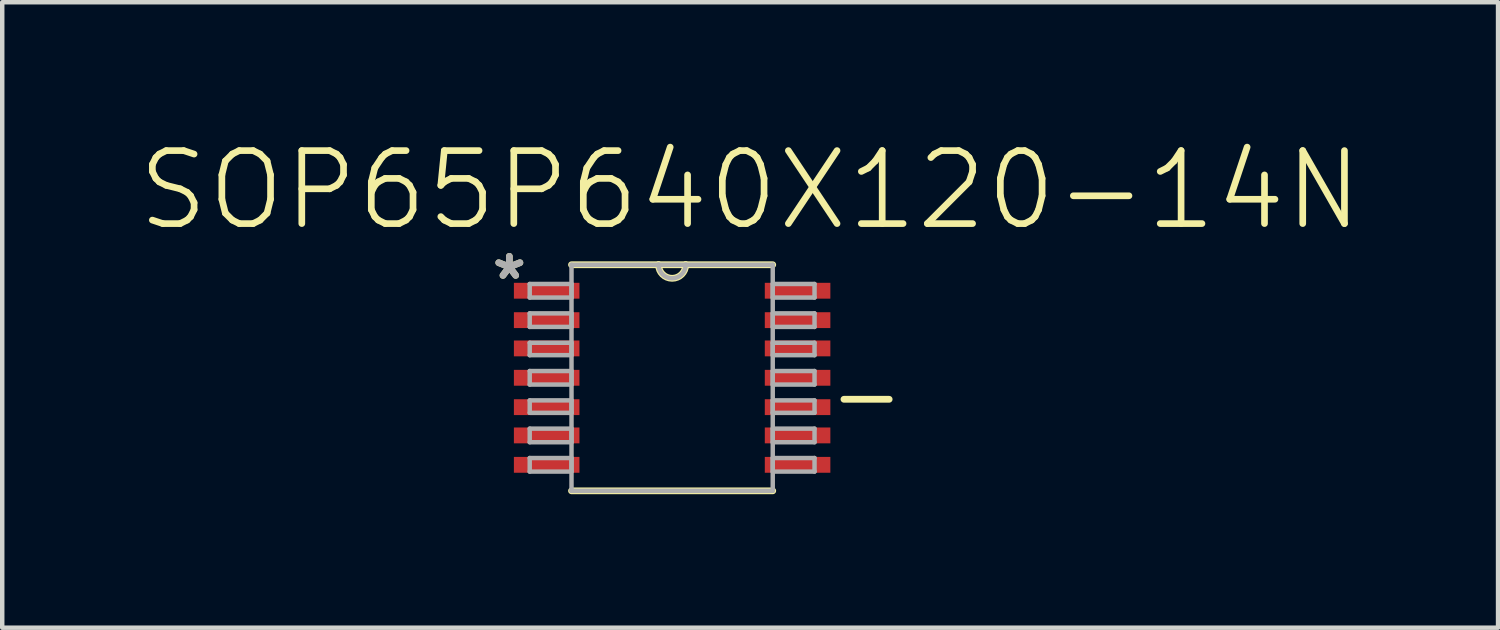
<source format=kicad_pcb>
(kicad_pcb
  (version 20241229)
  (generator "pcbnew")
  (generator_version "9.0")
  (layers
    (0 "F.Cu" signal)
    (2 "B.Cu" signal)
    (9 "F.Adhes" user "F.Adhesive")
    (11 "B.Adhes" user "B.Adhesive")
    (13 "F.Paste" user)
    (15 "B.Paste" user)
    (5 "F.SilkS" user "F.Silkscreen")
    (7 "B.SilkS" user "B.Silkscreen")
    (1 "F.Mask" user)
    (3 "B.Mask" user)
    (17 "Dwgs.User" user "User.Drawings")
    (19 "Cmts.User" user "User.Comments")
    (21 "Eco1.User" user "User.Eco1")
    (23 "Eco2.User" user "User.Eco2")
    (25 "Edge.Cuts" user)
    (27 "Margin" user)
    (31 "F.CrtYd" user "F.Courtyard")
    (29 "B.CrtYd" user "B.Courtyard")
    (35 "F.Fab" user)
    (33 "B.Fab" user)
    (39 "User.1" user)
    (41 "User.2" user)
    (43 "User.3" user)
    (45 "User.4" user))
  (footprint "SOP65P640X120-14N"
    (layer "F.Cu")
    (at 12.053 5.439)
    (property "Reference" "SOP65P640X120-14N" (at 1.753 -4.216 0) (layer "F.SilkS") (effects (font (size 1.64 1.64) (thickness 0.15))))
    (attr smd)
    (fp_line (start -2.261 2.54) (end 2.261 2.54) (stroke (width 0.152) (type solid)) (layer "F.SilkS"))
    (fp_line (start -0.305 -2.54) (end -2.261 -2.54) (stroke (width 0.152) (type solid)) (layer "F.SilkS"))
    (fp_line (start 0.305 -2.54) (end -0.305 -2.54) (stroke (width 0.152) (type solid)) (layer "F.SilkS"))
    (fp_line (start 2.261 -2.54) (end 0.305 -2.54) (stroke (width 0.152) (type solid)) (layer "F.SilkS"))
    (fp_line (start 3.861 0.483) (end 4.877 0.483) (stroke (width 0.152) (type solid)) (layer "F.SilkS"))
    (fp_arc (start 0.3048 -2.54) (mid 0 -2.2352) (end -0.3048 -2.54) (stroke (width 0.1524) (type solid)) (layer "F.SilkS"))
    (fp_line (start -3.2 -2.108) (end -3.2 -1.803) (stroke (width 0.1) (type solid)) (layer "F.Fab"))
    (fp_line (start -3.2 -1.803) (end -2.261 -1.803) (stroke (width 0.1) (type solid)) (layer "F.Fab"))
    (fp_line (start -3.2 -1.448) (end -3.2 -1.143) (stroke (width 0.1) (type solid)) (layer "F.Fab"))
    (fp_line (start -3.2 -1.143) (end -2.261 -1.143) (stroke (width 0.1) (type solid)) (layer "F.Fab"))
    (fp_line (start -3.2 -0.787) (end -3.2 -0.508) (stroke (width 0.1) (type solid)) (layer "F.Fab"))
    (fp_line (start -3.2 -0.508) (end -2.261 -0.508) (stroke (width 0.1) (type solid)) (layer "F.Fab"))
    (fp_line (start -3.2 -0.152) (end -3.2 0.152) (stroke (width 0.1) (type solid)) (layer "F.Fab"))
    (fp_line (start -3.2 0.152) (end -2.261 0.152) (stroke (width 0.1) (type solid)) (layer "F.Fab"))
    (fp_line (start -3.2 0.508) (end -3.2 0.787) (stroke (width 0.1) (type solid)) (layer "F.Fab"))
    (fp_line (start -3.2 0.787) (end -2.261 0.787) (stroke (width 0.1) (type solid)) (layer "F.Fab"))
    (fp_line (start -3.2 1.143) (end -3.2 1.448) (stroke (width 0.1) (type solid)) (layer "F.Fab"))
    (fp_line (start -3.2 1.448) (end -2.261 1.448) (stroke (width 0.1) (type solid)) (layer "F.Fab"))
    (fp_line (start -3.2 1.803) (end -3.2 2.108) (stroke (width 0.1) (type solid)) (layer "F.Fab"))
    (fp_line (start -3.2 2.108) (end -2.261 2.108) (stroke (width 0.1) (type solid)) (layer "F.Fab"))
    (fp_line (start -2.261 -2.54) (end -2.261 2.54) (stroke (width 0.1) (type solid)) (layer "F.Fab"))
    (fp_line (start -2.261 -2.108) (end -3.2 -2.108) (stroke (width 0.1) (type solid)) (layer "F.Fab"))
    (fp_line (start -2.261 -1.803) (end -2.261 -2.108) (stroke (width 0.1) (type solid)) (layer "F.Fab"))
    (fp_line (start -2.261 -1.448) (end -3.2 -1.448) (stroke (width 0.1) (type solid)) (layer "F.Fab"))
    (fp_line (start -2.261 -1.143) (end -2.261 -1.448) (stroke (width 0.1) (type solid)) (layer "F.Fab"))
    (fp_line (start -2.261 -0.787) (end -3.2 -0.787) (stroke (width 0.1) (type solid)) (layer "F.Fab"))
    (fp_line (start -2.261 -0.508) (end -2.261 -0.787) (stroke (width 0.1) (type solid)) (layer "F.Fab"))
    (fp_line (start -2.261 -0.152) (end -3.2 -0.152) (stroke (width 0.1) (type solid)) (layer "F.Fab"))
    (fp_line (start -2.261 0.152) (end -2.261 -0.152) (stroke (width 0.1) (type solid)) (layer "F.Fab"))
    (fp_line (start -2.261 0.508) (end -3.2 0.508) (stroke (width 0.1) (type solid)) (layer "F.Fab"))
    (fp_line (start -2.261 0.787) (end -2.261 0.508) (stroke (width 0.1) (type solid)) (layer "F.Fab"))
    (fp_line (start -2.261 1.143) (end -3.2 1.143) (stroke (width 0.1) (type solid)) (layer "F.Fab"))
    (fp_line (start -2.261 1.448) (end -2.261 1.143) (stroke (width 0.1) (type solid)) (layer "F.Fab"))
    (fp_line (start -2.261 1.803) (end -3.2 1.803) (stroke (width 0.1) (type solid)) (layer "F.Fab"))
    (fp_line (start -2.261 2.108) (end -2.261 1.803) (stroke (width 0.1) (type solid)) (layer "F.Fab"))
    (fp_line (start -2.261 2.54) (end 2.261 2.54) (stroke (width 0.1) (type solid)) (layer "F.Fab"))
    (fp_line (start -0.305 -2.54) (end -2.261 -2.54) (stroke (width 0.1) (type solid)) (layer "F.Fab"))
    (fp_line (start 0.305 -2.54) (end -0.305 -2.54) (stroke (width 0.1) (type solid)) (layer "F.Fab"))
    (fp_line (start 2.261 -2.54) (end 0.305 -2.54) (stroke (width 0.1) (type solid)) (layer "F.Fab"))
    (fp_line (start 2.261 -2.108) (end 2.261 -1.803) (stroke (width 0.1) (type solid)) (layer "F.Fab"))
    (fp_line (start 2.261 -1.803) (end 3.2 -1.803) (stroke (width 0.1) (type solid)) (layer "F.Fab"))
    (fp_line (start 2.261 -1.448) (end 2.261 -1.143) (stroke (width 0.1) (type solid)) (layer "F.Fab"))
    (fp_line (start 2.261 -1.143) (end 3.2 -1.143) (stroke (width 0.1) (type solid)) (layer "F.Fab"))
    (fp_line (start 2.261 -0.787) (end 2.261 -0.508) (stroke (width 0.1) (type solid)) (layer "F.Fab"))
    (fp_line (start 2.261 -0.508) (end 3.2 -0.508) (stroke (width 0.1) (type solid)) (layer "F.Fab"))
    (fp_line (start 2.261 -0.152) (end 2.261 0.152) (stroke (width 0.1) (type solid)) (layer "F.Fab"))
    (fp_line (start 2.261 0.152) (end 3.2 0.152) (stroke (width 0.1) (type solid)) (layer "F.Fab"))
    (fp_line (start 2.261 0.508) (end 2.261 0.787) (stroke (width 0.1) (type solid)) (layer "F.Fab"))
    (fp_line (start 2.261 0.787) (end 3.2 0.787) (stroke (width 0.1) (type solid)) (layer "F.Fab"))
    (fp_line (start 2.261 1.143) (end 2.261 1.448) (stroke (width 0.1) (type solid)) (layer "F.Fab"))
    (fp_line (start 2.261 1.448) (end 3.2 1.448) (stroke (width 0.1) (type solid)) (layer "F.Fab"))
    (fp_line (start 2.261 1.803) (end 2.261 2.108) (stroke (width 0.1) (type solid)) (layer "F.Fab"))
    (fp_line (start 2.261 2.108) (end 3.2 2.108) (stroke (width 0.1) (type solid)) (layer "F.Fab"))
    (fp_line (start 2.261 2.54) (end 2.261 -2.54) (stroke (width 0.1) (type solid)) (layer "F.Fab"))
    (fp_line (start 3.2 -2.108) (end 2.261 -2.108) (stroke (width 0.1) (type solid)) (layer "F.Fab"))
    (fp_line (start 3.2 -1.803) (end 3.2 -2.108) (stroke (width 0.1) (type solid)) (layer "F.Fab"))
    (fp_line (start 3.2 -1.448) (end 2.261 -1.448) (stroke (width 0.1) (type solid)) (layer "F.Fab"))
    (fp_line (start 3.2 -1.143) (end 3.2 -1.448) (stroke (width 0.1) (type solid)) (layer "F.Fab"))
    (fp_line (start 3.2 -0.787) (end 2.261 -0.787) (stroke (width 0.1) (type solid)) (layer "F.Fab"))
    (fp_line (start 3.2 -0.508) (end 3.2 -0.787) (stroke (width 0.1) (type solid)) (layer "F.Fab"))
    (fp_line (start 3.2 -0.152) (end 2.261 -0.152) (stroke (width 0.1) (type solid)) (layer "F.Fab"))
    (fp_line (start 3.2 0.152) (end 3.2 -0.152) (stroke (width 0.1) (type solid)) (layer "F.Fab"))
    (fp_line (start 3.2 0.508) (end 2.261 0.508) (stroke (width 0.1) (type solid)) (layer "F.Fab"))
    (fp_line (start 3.2 0.787) (end 3.2 0.508) (stroke (width 0.1) (type solid)) (layer "F.Fab"))
    (fp_line (start 3.2 1.143) (end 2.261 1.143) (stroke (width 0.1) (type solid)) (layer "F.Fab"))
    (fp_line (start 3.2 1.448) (end 3.2 1.143) (stroke (width 0.1) (type solid)) (layer "F.Fab"))
    (fp_line (start 3.2 1.803) (end 2.261 1.803) (stroke (width 0.1) (type solid)) (layer "F.Fab"))
    (fp_line (start 3.2 2.108) (end 3.2 1.803) (stroke (width 0.1) (type solid)) (layer "F.Fab"))
    (fp_arc (start 0.3048 -2.54) (mid 0 -2.2352) (end -0.3048 -2.54) (stroke (width 0.1) (type solid)) (layer "F.Fab"))
    (fp_text user "*" (at -3.658 -2.184 0) (layer "F.SilkS") (effects (font (size 1 1) (thickness 0.15))))
    (fp_text user "*" (at -3.658 -2.184 0) (layer "F.Fab") (effects (font (size 1 1) (thickness 0.15))))
    (pad "1" smd rect (at -2.819 -1.956) (size 1.473 0.356) (layers "F.Cu" "F.Mask" "F.Paste"))
    (pad "2" smd rect (at -2.819 -1.295) (size 1.473 0.356) (layers "F.Cu" "F.Mask" "F.Paste"))
    (pad "3" smd rect (at -2.819 -0.66) (size 1.473 0.356) (layers "F.Cu" "F.Mask" "F.Paste"))
    (pad "4" smd rect (at -2.819 0) (size 1.473 0.356) (layers "F.Cu" "F.Mask" "F.Paste"))
    (pad "5" smd rect (at -2.819 0.66) (size 1.473 0.356) (layers "F.Cu" "F.Mask" "F.Paste"))
    (pad "6" smd rect (at -2.819 1.295) (size 1.473 0.356) (layers "F.Cu" "F.Mask" "F.Paste"))
    (pad "7" smd rect (at -2.819 1.956) (size 1.473 0.356) (layers "F.Cu" "F.Mask" "F.Paste"))
    (pad "8" smd rect (at 2.819 1.956) (size 1.473 0.356) (layers "F.Cu" "F.Mask" "F.Paste"))
    (pad "9" smd rect (at 2.819 1.295) (size 1.473 0.356) (layers "F.Cu" "F.Mask" "F.Paste"))
    (pad "10" smd rect (at 2.819 0.66) (size 1.473 0.356) (layers "F.Cu" "F.Mask" "F.Paste"))
    (pad "11" smd rect (at 2.819 0) (size 1.473 0.356) (layers "F.Cu" "F.Mask" "F.Paste"))
    (pad "12" smd rect (at 2.819 -0.66) (size 1.473 0.356) (layers "F.Cu" "F.Mask" "F.Paste"))
    (pad "13" smd rect (at 2.819 -1.295) (size 1.473 0.356) (layers "F.Cu" "F.Mask" "F.Paste"))
    (pad "14" smd rect (at 2.819 -1.956) (size 1.473 0.356) (layers "F.Cu" "F.Mask" "F.Paste")))
  (gr_rect
    (start -3 -3)
    (end 30.612 11.055)
    (stroke (width 0.1) (type default))
    (fill no)
    (layer "Edge.Cuts")))
</source>
